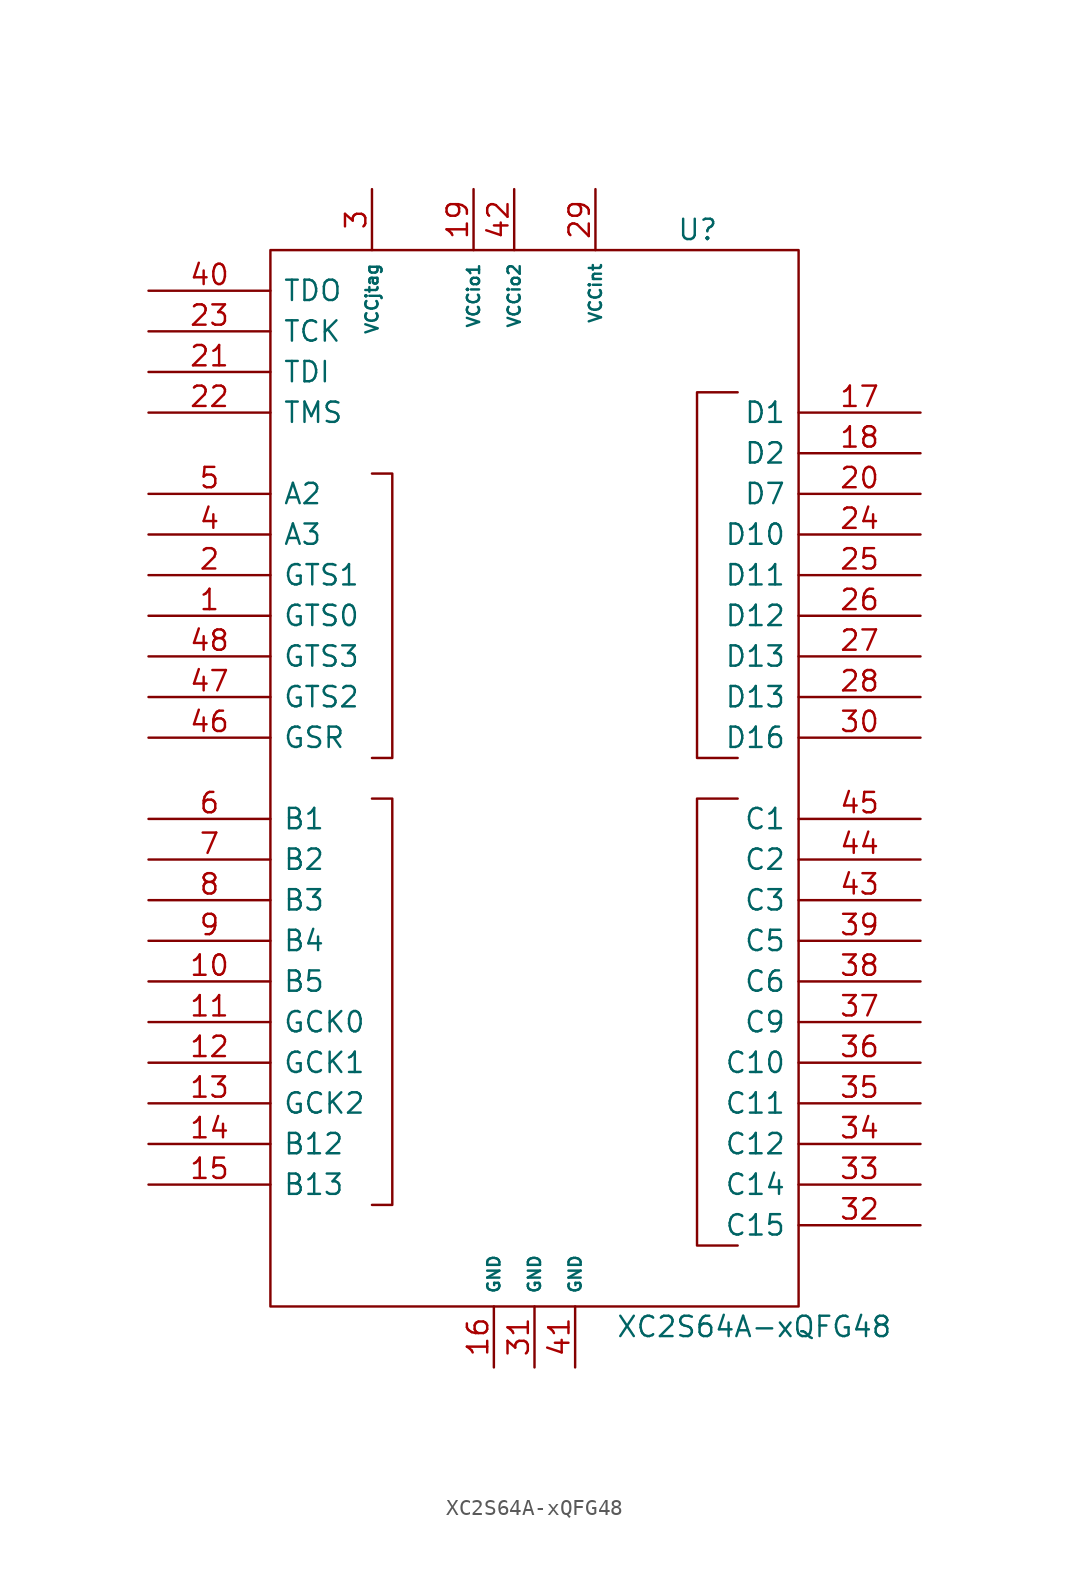
<source format=kicad_sym>
(kicad_symbol_lib
  (version 20201005)
  (generator kicad_symbol_editor)
  (symbol "FPGA_Xilinx:XC2S64A-xQFG48"
    (pin_names
      (offset 0.762))
    (property "Reference" "U"
      (at 8.89 34.29 0)
      (effects (font (size 1.27 1.27)) (justify left)))
    (property "Value" "XC2S64A-xQFG48"
      (at 5.08 -34.29 0)
      (effects (font (size 1.27 1.27)) (justify left)))
    (symbol "XC2S64A-xQFG48_0_1"
      (rectangle (start -16.51 33.02) (end 16.51 -33.02) (stroke (width 0)) (fill (type none)))
      (polyline (pts (xy -10.16 -1.27) (xy -8.89 -1.27) (xy -8.89 -26.67) (xy -10.16 -26.67) (xy -10.16 -26.67)) (stroke (width 0)) (fill (type none)))
      (polyline (pts (xy 12.7 -1.27) (xy 10.16 -1.27) (xy 10.16 -29.21) (xy 12.7 -29.21) (xy 12.7 -29.21)) (stroke (width 0)) (fill (type none)))
      (polyline (pts (xy 12.7 1.27) (xy 10.16 1.27) (xy 10.16 24.13) (xy 12.7 24.13) (xy 12.7 24.13)) (stroke (width 0)) (fill (type none)))
      (polyline (pts (xy -10.16 19.05) (xy -8.89 19.05) (xy -8.89 1.27) (xy -10.16 1.27) (xy -10.16 1.27) (xy -10.16 1.27)) (stroke (width 0)) (fill (type none))))
    (symbol "XC2S64A-xQFG48_1_1"
      (pin bidirectional line (at -24.13 10.16 0) (length 7.62) (name "GTS0" (effects (font (size 1.27 1.27)))) (number "1" (effects (font (size 1.27 1.27)))))
      (pin bidirectional line (at -24.13 -12.7 0) (length 7.62) (name "B5" (effects (font (size 1.27 1.27)))) (number "10" (effects (font (size 1.27 1.27)))))
      (pin passive line (at -24.13 -15.24 0) (length 7.62) (name "GCK0" (effects (font (size 1.27 1.27)))) (number "11" (effects (font (size 1.27 1.27)))))
      (pin bidirectional line (at -24.13 -17.78 0) (length 7.62) (name "GCK1" (effects (font (size 1.27 1.27)))) (number "12" (effects (font (size 1.27 1.27)))))
      (pin bidirectional line (at -24.13 -20.32 0) (length 7.62) (name "GCK2" (effects (font (size 1.27 1.27)))) (number "13" (effects (font (size 1.27 1.27)))))
      (pin bidirectional line (at -24.13 -22.86 0) (length 7.62) (name "B12" (effects (font (size 1.27 1.27)))) (number "14" (effects (font (size 1.27 1.27)))))
      (pin bidirectional line (at -24.13 -25.4 0) (length 7.62) (name "B13" (effects (font (size 1.27 1.27)))) (number "15" (effects (font (size 1.27 1.27)))))
      (pin power_in line (at -2.54 -36.83 90) (length 3.81) (name "GND" (effects (font (size 0.762 0.762)))) (number "16" (effects (font (size 1.27 1.27)))))
      (pin bidirectional line (at 24.13 22.86 180) (length 7.62) (name "D1" (effects (font (size 1.27 1.27)))) (number "17" (effects (font (size 1.27 1.27)))))
      (pin bidirectional line (at 24.13 20.32 180) (length 7.62) (name "D2" (effects (font (size 1.27 1.27)))) (number "18" (effects (font (size 1.27 1.27)))))
      (pin power_in line (at -3.81 36.83 270) (length 3.81) (name "VCCio1" (effects (font (size 0.762 0.762)))) (number "19" (effects (font (size 1.27 1.27)))))
      (pin bidirectional line (at -24.13 12.7 0) (length 7.62) (name "GTS1" (effects (font (size 1.27 1.27)))) (number "2" (effects (font (size 1.27 1.27)))))
      (pin bidirectional line (at 24.13 17.78 180) (length 7.62) (name "D7" (effects (font (size 1.27 1.27)))) (number "20" (effects (font (size 1.27 1.27)))))
      (pin input line (at -24.13 25.4 0) (length 7.62) (name "TDI" (effects (font (size 1.27 1.27)))) (number "21" (effects (font (size 1.27 1.27)))))
      (pin input line (at -24.13 22.86 0) (length 7.62) (name "TMS" (effects (font (size 1.27 1.27)))) (number "22" (effects (font (size 1.27 1.27)))))
      (pin input line (at -24.13 27.94 0) (length 7.62) (name "TCK" (effects (font (size 1.27 1.27)))) (number "23" (effects (font (size 1.27 1.27)))))
      (pin bidirectional line (at 24.13 15.24 180) (length 7.62) (name "D10" (effects (font (size 1.27 1.27)))) (number "24" (effects (font (size 1.27 1.27)))))
      (pin bidirectional line (at 24.13 12.7 180) (length 7.62) (name "D11" (effects (font (size 1.27 1.27)))) (number "25" (effects (font (size 1.27 1.27)))))
      (pin bidirectional line (at 24.13 10.16 180) (length 7.62) (name "D12" (effects (font (size 1.27 1.27)))) (number "26" (effects (font (size 1.27 1.27)))))
      (pin bidirectional line (at 24.13 7.62 180) (length 7.62) (name "D13" (effects (font (size 1.27 1.27)))) (number "27" (effects (font (size 1.27 1.27)))))
      (pin bidirectional line (at 24.13 5.08 180) (length 7.62) (name "D13" (effects (font (size 1.27 1.27)))) (number "28" (effects (font (size 1.27 1.27)))))
      (pin power_in line (at 3.81 36.83 270) (length 3.81) (name "VCCint" (effects (font (size 0.762 0.762)))) (number "29" (effects (font (size 1.27 1.27)))))
      (pin power_in line (at -10.16 36.83 270) (length 3.81) (name "VCCjtag" (effects (font (size 0.762 0.762)))) (number "3" (effects (font (size 1.27 1.27)))))
      (pin bidirectional line (at 24.13 2.54 180) (length 7.62) (name "D16" (effects (font (size 1.27 1.27)))) (number "30" (effects (font (size 1.27 1.27)))))
      (pin power_in line (at 0 -36.83 90) (length 3.81) (name "GND" (effects (font (size 0.762 0.762)))) (number "31" (effects (font (size 1.27 1.27)))))
      (pin bidirectional line (at 24.13 -27.94 180) (length 7.62) (name "C15" (effects (font (size 1.27 1.27)))) (number "32" (effects (font (size 1.27 1.27)))))
      (pin bidirectional line (at 24.13 -25.4 180) (length 7.62) (name "C14" (effects (font (size 1.27 1.27)))) (number "33" (effects (font (size 1.27 1.27)))))
      (pin bidirectional line (at 24.13 -22.86 180) (length 7.62) (name "C12" (effects (font (size 1.27 1.27)))) (number "34" (effects (font (size 1.27 1.27)))))
      (pin bidirectional line (at 24.13 -20.32 180) (length 7.62) (name "C11" (effects (font (size 1.27 1.27)))) (number "35" (effects (font (size 1.27 1.27)))))
      (pin bidirectional line (at 24.13 -17.78 180) (length 7.62) (name "C10" (effects (font (size 1.27 1.27)))) (number "36" (effects (font (size 1.27 1.27)))))
      (pin bidirectional line (at 24.13 -15.24 180) (length 7.62) (name "C9" (effects (font (size 1.27 1.27)))) (number "37" (effects (font (size 1.27 1.27)))))
      (pin bidirectional line (at 24.13 -12.7 180) (length 7.62) (name "C6" (effects (font (size 1.27 1.27)))) (number "38" (effects (font (size 1.27 1.27)))))
      (pin bidirectional line (at 24.13 -10.16 180) (length 7.62) (name "C5" (effects (font (size 1.27 1.27)))) (number "39" (effects (font (size 1.27 1.27)))))
      (pin bidirectional line (at -24.13 15.24 0) (length 7.62) (name "A3" (effects (font (size 1.27 1.27)))) (number "4" (effects (font (size 1.27 1.27)))))
      (pin output line (at -24.13 30.48 0) (length 7.62) (name "TDO" (effects (font (size 1.27 1.27)))) (number "40" (effects (font (size 1.27 1.27)))))
      (pin power_in line (at 2.54 -36.83 90) (length 3.81) (name "GND" (effects (font (size 0.762 0.762)))) (number "41" (effects (font (size 1.27 1.27)))))
      (pin power_in line (at -1.27 36.83 270) (length 3.81) (name "VCCio2" (effects (font (size 0.762 0.762)))) (number "42" (effects (font (size 1.27 1.27)))))
      (pin bidirectional line (at 24.13 -7.62 180) (length 7.62) (name "C3" (effects (font (size 1.27 1.27)))) (number "43" (effects (font (size 1.27 1.27)))))
      (pin bidirectional line (at 24.13 -5.08 180) (length 7.62) (name "C2" (effects (font (size 1.27 1.27)))) (number "44" (effects (font (size 1.27 1.27)))))
      (pin bidirectional line (at 24.13 -2.54 180) (length 7.62) (name "C1" (effects (font (size 1.27 1.27)))) (number "45" (effects (font (size 1.27 1.27)))))
      (pin bidirectional line (at -24.13 2.54 0) (length 7.62) (name "GSR" (effects (font (size 1.27 1.27)))) (number "46" (effects (font (size 1.27 1.27)))))
      (pin bidirectional line (at -24.13 5.08 0) (length 7.62) (name "GTS2" (effects (font (size 1.27 1.27)))) (number "47" (effects (font (size 1.27 1.27)))))
      (pin bidirectional line (at -24.13 7.62 0) (length 7.62) (name "GTS3" (effects (font (size 1.27 1.27)))) (number "48" (effects (font (size 1.27 1.27)))))
      (pin bidirectional line (at -24.13 17.78 0) (length 7.62) (name "A2" (effects (font (size 1.27 1.27)))) (number "5" (effects (font (size 1.27 1.27)))))
      (pin bidirectional line (at -24.13 -2.54 0) (length 7.62) (name "B1" (effects (font (size 1.27 1.27)))) (number "6" (effects (font (size 1.27 1.27)))))
      (pin bidirectional line (at -24.13 -5.08 0) (length 7.62) (name "B2" (effects (font (size 1.27 1.27)))) (number "7" (effects (font (size 1.27 1.27)))))
      (pin bidirectional line (at -24.13 -7.62 0) (length 7.62) (name "B3" (effects (font (size 1.27 1.27)))) (number "8" (effects (font (size 1.27 1.27)))))
      (pin passive line (at -24.13 -10.16 0) (length 7.62) (name "B4" (effects (font (size 1.27 1.27)))) (number "9" (effects (font (size 1.27 1.27))))))))
</source>
